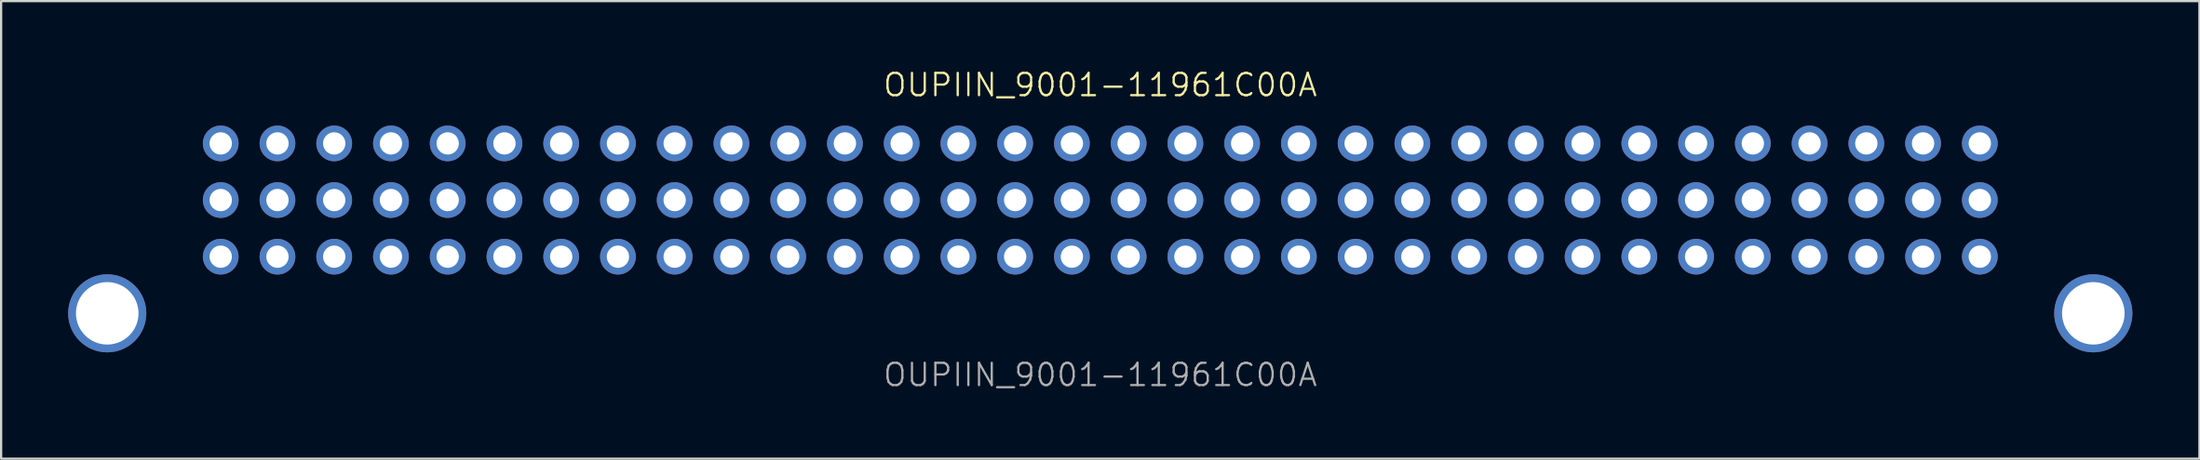
<source format=kicad_pcb>
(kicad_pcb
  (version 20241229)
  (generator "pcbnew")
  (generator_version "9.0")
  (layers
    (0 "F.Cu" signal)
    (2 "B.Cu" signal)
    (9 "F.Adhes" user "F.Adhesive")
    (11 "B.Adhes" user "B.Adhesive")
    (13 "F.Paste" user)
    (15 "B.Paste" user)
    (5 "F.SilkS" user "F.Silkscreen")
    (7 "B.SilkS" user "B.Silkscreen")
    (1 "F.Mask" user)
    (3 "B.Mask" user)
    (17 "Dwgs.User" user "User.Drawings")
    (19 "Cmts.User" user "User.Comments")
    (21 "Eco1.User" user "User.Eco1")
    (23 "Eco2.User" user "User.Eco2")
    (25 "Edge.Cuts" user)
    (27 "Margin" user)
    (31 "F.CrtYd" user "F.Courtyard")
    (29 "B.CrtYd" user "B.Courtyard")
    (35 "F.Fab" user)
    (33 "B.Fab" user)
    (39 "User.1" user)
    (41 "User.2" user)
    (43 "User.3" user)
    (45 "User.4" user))
  (footprint "OUPIIN_9001-11961C00A"
    (layer "F.Cu")
    (at 46.2 13.761)
    (property "Reference" "OUPIIN_9001-11961C00A" (at 0 -13 0) (unlocked yes) (layer "F.SilkS") (effects (font (size 1 1) (thickness 0.1))))
    (attr through_hole)
    (fp_text user "${REFERENCE}" (at 0 0 0) (unlocked yes) (layer "F.Fab") (effects (font (size 1 1) (thickness 0.1))))
    (pad "1" thru_hole circle (at 39.37 -10.38) (size 1.6 1.6) (drill 1) (layers "*.Cu" "*.Mask") (remove_unused_layers yes) (keep_end_layers yes) (zone_layer_connections))
    (pad "1" thru_hole circle (at 39.37 -7.84) (size 1.6 1.6) (drill 1) (layers "*.Cu" "*.Mask") (remove_unused_layers yes) (keep_end_layers yes) (zone_layer_connections))
    (pad "1" thru_hole circle (at 39.37 -5.3) (size 1.6 1.6) (drill 1) (layers "*.Cu" "*.Mask") (remove_unused_layers yes) (keep_end_layers yes) (zone_layer_connections))
    (pad "2" thru_hole circle (at 36.83 -10.38) (size 1.6 1.6) (drill 1) (layers "*.Cu" "*.Mask") (remove_unused_layers yes) (keep_end_layers yes) (zone_layer_connections))
    (pad "2" thru_hole circle (at 36.83 -7.84) (size 1.6 1.6) (drill 1) (layers "*.Cu" "*.Mask") (remove_unused_layers yes) (keep_end_layers yes) (zone_layer_connections))
    (pad "2" thru_hole circle (at 36.83 -5.3) (size 1.6 1.6) (drill 1) (layers "*.Cu" "*.Mask") (remove_unused_layers yes) (keep_end_layers yes) (zone_layer_connections))
    (pad "3" thru_hole circle (at 34.29 -10.38) (size 1.6 1.6) (drill 1) (layers "*.Cu" "*.Mask") (remove_unused_layers yes) (keep_end_layers yes) (zone_layer_connections))
    (pad "3" thru_hole circle (at 34.29 -7.84) (size 1.6 1.6) (drill 1) (layers "*.Cu" "*.Mask") (remove_unused_layers yes) (keep_end_layers yes) (zone_layer_connections))
    (pad "3" thru_hole circle (at 34.29 -5.3) (size 1.6 1.6) (drill 1) (layers "*.Cu" "*.Mask") (remove_unused_layers yes) (keep_end_layers yes) (zone_layer_connections))
    (pad "4" thru_hole circle (at 31.75 -10.38) (size 1.6 1.6) (drill 1) (layers "*.Cu" "*.Mask") (remove_unused_layers yes) (keep_end_layers yes) (zone_layer_connections))
    (pad "4" thru_hole circle (at 31.75 -7.84) (size 1.6 1.6) (drill 1) (layers "*.Cu" "*.Mask") (remove_unused_layers yes) (keep_end_layers yes) (zone_layer_connections))
    (pad "4" thru_hole circle (at 31.75 -5.3) (size 1.6 1.6) (drill 1) (layers "*.Cu" "*.Mask") (remove_unused_layers yes) (keep_end_layers yes) (zone_layer_connections))
    (pad "5" thru_hole circle (at 29.21 -10.38) (size 1.6 1.6) (drill 1) (layers "*.Cu" "*.Mask") (remove_unused_layers yes) (keep_end_layers yes) (zone_layer_connections))
    (pad "5" thru_hole circle (at 29.21 -7.84) (size 1.6 1.6) (drill 1) (layers "*.Cu" "*.Mask") (remove_unused_layers yes) (keep_end_layers yes) (zone_layer_connections))
    (pad "5" thru_hole circle (at 29.21 -5.3) (size 1.6 1.6) (drill 1) (layers "*.Cu" "*.Mask") (remove_unused_layers yes) (keep_end_layers yes) (zone_layer_connections))
    (pad "6" thru_hole circle (at 26.67 -10.38) (size 1.6 1.6) (drill 1) (layers "*.Cu" "*.Mask") (remove_unused_layers yes) (keep_end_layers yes) (zone_layer_connections))
    (pad "6" thru_hole circle (at 26.67 -7.84) (size 1.6 1.6) (drill 1) (layers "*.Cu" "*.Mask") (remove_unused_layers yes) (keep_end_layers yes) (zone_layer_connections))
    (pad "6" thru_hole circle (at 26.67 -5.3) (size 1.6 1.6) (drill 1) (layers "*.Cu" "*.Mask") (remove_unused_layers yes) (keep_end_layers yes) (zone_layer_connections))
    (pad "7" thru_hole circle (at 24.13 -10.38) (size 1.6 1.6) (drill 1) (layers "*.Cu" "*.Mask") (remove_unused_layers yes) (keep_end_layers yes) (zone_layer_connections))
    (pad "7" thru_hole circle (at 24.13 -7.84) (size 1.6 1.6) (drill 1) (layers "*.Cu" "*.Mask") (remove_unused_layers yes) (keep_end_layers yes) (zone_layer_connections))
    (pad "7" thru_hole circle (at 24.13 -5.3) (size 1.6 1.6) (drill 1) (layers "*.Cu" "*.Mask") (remove_unused_layers yes) (keep_end_layers yes) (zone_layer_connections))
    (pad "8" thru_hole circle (at 21.59 -10.38) (size 1.6 1.6) (drill 1) (layers "*.Cu" "*.Mask") (remove_unused_layers yes) (keep_end_layers yes) (zone_layer_connections))
    (pad "8" thru_hole circle (at 21.59 -7.84) (size 1.6 1.6) (drill 1) (layers "*.Cu" "*.Mask") (remove_unused_layers yes) (keep_end_layers yes) (zone_layer_connections))
    (pad "8" thru_hole circle (at 21.59 -5.3) (size 1.6 1.6) (drill 1) (layers "*.Cu" "*.Mask") (remove_unused_layers yes) (keep_end_layers yes) (zone_layer_connections))
    (pad "9" thru_hole circle (at 19.05 -10.38) (size 1.6 1.6) (drill 1) (layers "*.Cu" "*.Mask") (remove_unused_layers yes) (keep_end_layers yes) (zone_layer_connections))
    (pad "9" thru_hole circle (at 19.05 -7.84) (size 1.6 1.6) (drill 1) (layers "*.Cu" "*.Mask") (remove_unused_layers yes) (keep_end_layers yes) (zone_layer_connections))
    (pad "9" thru_hole circle (at 19.05 -5.3) (size 1.6 1.6) (drill 1) (layers "*.Cu" "*.Mask") (remove_unused_layers yes) (keep_end_layers yes) (zone_layer_connections))
    (pad "10" thru_hole circle (at 16.51 -10.38) (size 1.6 1.6) (drill 1) (layers "*.Cu" "*.Mask") (remove_unused_layers yes) (keep_end_layers yes) (zone_layer_connections))
    (pad "10" thru_hole circle (at 16.51 -7.84) (size 1.6 1.6) (drill 1) (layers "*.Cu" "*.Mask") (remove_unused_layers yes) (keep_end_layers yes) (zone_layer_connections))
    (pad "10" thru_hole circle (at 16.51 -5.3) (size 1.6 1.6) (drill 1) (layers "*.Cu" "*.Mask") (remove_unused_layers yes) (keep_end_layers yes) (zone_layer_connections))
    (pad "11" thru_hole circle (at 13.97 -10.38) (size 1.6 1.6) (drill 1) (layers "*.Cu" "*.Mask") (remove_unused_layers yes) (keep_end_layers yes) (zone_layer_connections))
    (pad "11" thru_hole circle (at 13.97 -7.84) (size 1.6 1.6) (drill 1) (layers "*.Cu" "*.Mask") (remove_unused_layers yes) (keep_end_layers yes) (zone_layer_connections))
    (pad "11" thru_hole circle (at 13.97 -5.3) (size 1.6 1.6) (drill 1) (layers "*.Cu" "*.Mask") (remove_unused_layers yes) (keep_end_layers yes) (zone_layer_connections))
    (pad "12" thru_hole circle (at 11.43 -10.38) (size 1.6 1.6) (drill 1) (layers "*.Cu" "*.Mask") (remove_unused_layers yes) (keep_end_layers yes) (zone_layer_connections))
    (pad "12" thru_hole circle (at 11.43 -7.84) (size 1.6 1.6) (drill 1) (layers "*.Cu" "*.Mask") (remove_unused_layers yes) (keep_end_layers yes) (zone_layer_connections))
    (pad "12" thru_hole circle (at 11.43 -5.3) (size 1.6 1.6) (drill 1) (layers "*.Cu" "*.Mask") (remove_unused_layers yes) (keep_end_layers yes) (zone_layer_connections))
    (pad "13" thru_hole circle (at 8.89 -10.38) (size 1.6 1.6) (drill 1) (layers "*.Cu" "*.Mask") (remove_unused_layers yes) (keep_end_layers yes) (zone_layer_connections))
    (pad "13" thru_hole circle (at 8.89 -7.84) (size 1.6 1.6) (drill 1) (layers "*.Cu" "*.Mask") (remove_unused_layers yes) (keep_end_layers yes) (zone_layer_connections))
    (pad "13" thru_hole circle (at 8.89 -5.3) (size 1.6 1.6) (drill 1) (layers "*.Cu" "*.Mask") (remove_unused_layers yes) (keep_end_layers yes) (zone_layer_connections))
    (pad "14" thru_hole circle (at 6.35 -10.38) (size 1.6 1.6) (drill 1) (layers "*.Cu" "*.Mask") (remove_unused_layers yes) (keep_end_layers yes) (zone_layer_connections))
    (pad "14" thru_hole circle (at 6.35 -7.84) (size 1.6 1.6) (drill 1) (layers "*.Cu" "*.Mask") (remove_unused_layers yes) (keep_end_layers yes) (zone_layer_connections))
    (pad "14" thru_hole circle (at 6.35 -5.3) (size 1.6 1.6) (drill 1) (layers "*.Cu" "*.Mask") (remove_unused_layers yes) (keep_end_layers yes) (zone_layer_connections))
    (pad "15" thru_hole circle (at 3.81 -10.38) (size 1.6 1.6) (drill 1) (layers "*.Cu" "*.Mask") (remove_unused_layers yes) (keep_end_layers yes) (zone_layer_connections))
    (pad "15" thru_hole circle (at 3.81 -7.84) (size 1.6 1.6) (drill 1) (layers "*.Cu" "*.Mask") (remove_unused_layers yes) (keep_end_layers yes) (zone_layer_connections))
    (pad "15" thru_hole circle (at 3.81 -5.3) (size 1.6 1.6) (drill 1) (layers "*.Cu" "*.Mask") (remove_unused_layers yes) (keep_end_layers yes) (zone_layer_connections))
    (pad "16" thru_hole circle (at 1.27 -10.38) (size 1.6 1.6) (drill 1) (layers "*.Cu" "*.Mask") (remove_unused_layers yes) (keep_end_layers yes) (zone_layer_connections))
    (pad "16" thru_hole circle (at 1.27 -7.84) (size 1.6 1.6) (drill 1) (layers "*.Cu" "*.Mask") (remove_unused_layers yes) (keep_end_layers yes) (zone_layer_connections))
    (pad "16" thru_hole circle (at 1.27 -5.3) (size 1.6 1.6) (drill 1) (layers "*.Cu" "*.Mask") (remove_unused_layers yes) (keep_end_layers yes) (zone_layer_connections))
    (pad "17" thru_hole circle (at -1.27 -10.38) (size 1.6 1.6) (drill 1) (layers "*.Cu" "*.Mask") (remove_unused_layers yes) (keep_end_layers yes) (zone_layer_connections))
    (pad "17" thru_hole circle (at -1.27 -7.84) (size 1.6 1.6) (drill 1) (layers "*.Cu" "*.Mask") (remove_unused_layers yes) (keep_end_layers yes) (zone_layer_connections))
    (pad "17" thru_hole circle (at -1.27 -5.3) (size 1.6 1.6) (drill 1) (layers "*.Cu" "*.Mask") (remove_unused_layers yes) (keep_end_layers yes) (zone_layer_connections))
    (pad "18" thru_hole circle (at -3.81 -10.38) (size 1.6 1.6) (drill 1) (layers "*.Cu" "*.Mask") (remove_unused_layers yes) (keep_end_layers yes) (zone_layer_connections))
    (pad "18" thru_hole circle (at -3.81 -7.84) (size 1.6 1.6) (drill 1) (layers "*.Cu" "*.Mask") (remove_unused_layers yes) (keep_end_layers yes) (zone_layer_connections))
    (pad "18" thru_hole circle (at -3.81 -5.3) (size 1.6 1.6) (drill 1) (layers "*.Cu" "*.Mask") (remove_unused_layers yes) (keep_end_layers yes) (zone_layer_connections))
    (pad "19" thru_hole circle (at -6.35 -10.38) (size 1.6 1.6) (drill 1) (layers "*.Cu" "*.Mask") (remove_unused_layers yes) (keep_end_layers yes) (zone_layer_connections))
    (pad "19" thru_hole circle (at -6.35 -7.84) (size 1.6 1.6) (drill 1) (layers "*.Cu" "*.Mask") (remove_unused_layers yes) (keep_end_layers yes) (zone_layer_connections))
    (pad "19" thru_hole circle (at -6.35 -5.3) (size 1.6 1.6) (drill 1) (layers "*.Cu" "*.Mask") (remove_unused_layers yes) (keep_end_layers yes) (zone_layer_connections))
    (pad "20" thru_hole circle (at -8.89 -10.38) (size 1.6 1.6) (drill 1) (layers "*.Cu" "*.Mask") (remove_unused_layers yes) (keep_end_layers yes) (zone_layer_connections))
    (pad "20" thru_hole circle (at -8.89 -7.84) (size 1.6 1.6) (drill 1) (layers "*.Cu" "*.Mask") (remove_unused_layers yes) (keep_end_layers yes) (zone_layer_connections))
    (pad "20" thru_hole circle (at -8.89 -5.3) (size 1.6 1.6) (drill 1) (layers "*.Cu" "*.Mask") (remove_unused_layers yes) (keep_end_layers yes) (zone_layer_connections))
    (pad "21" thru_hole circle (at -11.43 -10.38) (size 1.6 1.6) (drill 1) (layers "*.Cu" "*.Mask") (remove_unused_layers yes) (keep_end_layers yes) (zone_layer_connections))
    (pad "21" thru_hole circle (at -11.43 -7.84) (size 1.6 1.6) (drill 1) (layers "*.Cu" "*.Mask") (remove_unused_layers yes) (keep_end_layers yes) (zone_layer_connections))
    (pad "21" thru_hole circle (at -11.43 -5.3) (size 1.6 1.6) (drill 1) (layers "*.Cu" "*.Mask") (remove_unused_layers yes) (keep_end_layers yes) (zone_layer_connections))
    (pad "22" thru_hole circle (at -13.97 -10.38) (size 1.6 1.6) (drill 1) (layers "*.Cu" "*.Mask") (remove_unused_layers yes) (keep_end_layers yes) (zone_layer_connections))
    (pad "22" thru_hole circle (at -13.97 -7.84) (size 1.6 1.6) (drill 1) (layers "*.Cu" "*.Mask") (remove_unused_layers yes) (keep_end_layers yes) (zone_layer_connections))
    (pad "22" thru_hole circle (at -13.97 -5.3) (size 1.6 1.6) (drill 1) (layers "*.Cu" "*.Mask") (remove_unused_layers yes) (keep_end_layers yes) (zone_layer_connections))
    (pad "23" thru_hole circle (at -16.51 -10.38) (size 1.6 1.6) (drill 1) (layers "*.Cu" "*.Mask") (remove_unused_layers yes) (keep_end_layers yes) (zone_layer_connections))
    (pad "23" thru_hole circle (at -16.51 -7.84) (size 1.6 1.6) (drill 1) (layers "*.Cu" "*.Mask") (remove_unused_layers yes) (keep_end_layers yes) (zone_layer_connections))
    (pad "23" thru_hole circle (at -16.51 -5.3) (size 1.6 1.6) (drill 1) (layers "*.Cu" "*.Mask") (remove_unused_layers yes) (keep_end_layers yes) (zone_layer_connections))
    (pad "24" thru_hole circle (at -19.05 -10.38) (size 1.6 1.6) (drill 1) (layers "*.Cu" "*.Mask") (remove_unused_layers yes) (keep_end_layers yes) (zone_layer_connections))
    (pad "24" thru_hole circle (at -19.05 -7.84) (size 1.6 1.6) (drill 1) (layers "*.Cu" "*.Mask") (remove_unused_layers yes) (keep_end_layers yes) (zone_layer_connections))
    (pad "24" thru_hole circle (at -19.05 -5.3) (size 1.6 1.6) (drill 1) (layers "*.Cu" "*.Mask") (remove_unused_layers yes) (keep_end_layers yes) (zone_layer_connections))
    (pad "25" thru_hole circle (at -21.59 -10.38) (size 1.6 1.6) (drill 1) (layers "*.Cu" "*.Mask") (remove_unused_layers yes) (keep_end_layers yes) (zone_layer_connections))
    (pad "25" thru_hole circle (at -21.59 -7.84) (size 1.6 1.6) (drill 1) (layers "*.Cu" "*.Mask") (remove_unused_layers yes) (keep_end_layers yes) (zone_layer_connections))
    (pad "25" thru_hole circle (at -21.59 -5.3) (size 1.6 1.6) (drill 1) (layers "*.Cu" "*.Mask") (remove_unused_layers yes) (keep_end_layers yes) (zone_layer_connections))
    (pad "26" thru_hole circle (at -24.13 -10.38) (size 1.6 1.6) (drill 1) (layers "*.Cu" "*.Mask") (remove_unused_layers yes) (keep_end_layers yes) (zone_layer_connections))
    (pad "26" thru_hole circle (at -24.13 -7.84) (size 1.6 1.6) (drill 1) (layers "*.Cu" "*.Mask") (remove_unused_layers yes) (keep_end_layers yes) (zone_layer_connections))
    (pad "26" thru_hole circle (at -24.13 -5.3) (size 1.6 1.6) (drill 1) (layers "*.Cu" "*.Mask") (remove_unused_layers yes) (keep_end_layers yes) (zone_layer_connections))
    (pad "27" thru_hole circle (at -26.67 -10.38) (size 1.6 1.6) (drill 1) (layers "*.Cu" "*.Mask") (remove_unused_layers yes) (keep_end_layers yes) (zone_layer_connections))
    (pad "27" thru_hole circle (at -26.67 -7.84) (size 1.6 1.6) (drill 1) (layers "*.Cu" "*.Mask") (remove_unused_layers yes) (keep_end_layers yes) (zone_layer_connections))
    (pad "27" thru_hole circle (at -26.67 -5.3) (size 1.6 1.6) (drill 1) (layers "*.Cu" "*.Mask") (remove_unused_layers yes) (keep_end_layers yes) (zone_layer_connections))
    (pad "28" thru_hole circle (at -29.21 -10.38) (size 1.6 1.6) (drill 1) (layers "*.Cu" "*.Mask") (remove_unused_layers yes) (keep_end_layers yes) (zone_layer_connections))
    (pad "28" thru_hole circle (at -29.21 -7.84) (size 1.6 1.6) (drill 1) (layers "*.Cu" "*.Mask") (remove_unused_layers yes) (keep_end_layers yes) (zone_layer_connections))
    (pad "28" thru_hole circle (at -29.21 -5.3) (size 1.6 1.6) (drill 1) (layers "*.Cu" "*.Mask") (remove_unused_layers yes) (keep_end_layers yes) (zone_layer_connections))
    (pad "29" thru_hole circle (at -31.75 -10.38) (size 1.6 1.6) (drill 1) (layers "*.Cu" "*.Mask") (remove_unused_layers yes) (keep_end_layers yes) (zone_layer_connections))
    (pad "29" thru_hole circle (at -31.75 -7.84) (size 1.6 1.6) (drill 1) (layers "*.Cu" "*.Mask") (remove_unused_layers yes) (keep_end_layers yes) (zone_layer_connections))
    (pad "29" thru_hole circle (at -31.75 -5.3) (size 1.6 1.6) (drill 1) (layers "*.Cu" "*.Mask") (remove_unused_layers yes) (keep_end_layers yes) (zone_layer_connections))
    (pad "30" thru_hole circle (at -34.29 -10.38) (size 1.6 1.6) (drill 1) (layers "*.Cu" "*.Mask") (remove_unused_layers yes) (keep_end_layers yes) (zone_layer_connections))
    (pad "30" thru_hole circle (at -34.29 -7.84) (size 1.6 1.6) (drill 1) (layers "*.Cu" "*.Mask") (remove_unused_layers yes) (keep_end_layers yes) (zone_layer_connections))
    (pad "30" thru_hole circle (at -34.29 -5.3) (size 1.6 1.6) (drill 1) (layers "*.Cu" "*.Mask") (remove_unused_layers yes) (keep_end_layers yes) (zone_layer_connections))
    (pad "31" thru_hole circle (at -36.83 -10.38) (size 1.6 1.6) (drill 1) (layers "*.Cu" "*.Mask") (remove_unused_layers yes) (keep_end_layers yes) (zone_layer_connections))
    (pad "31" thru_hole circle (at -36.83 -7.84) (size 1.6 1.6) (drill 1) (layers "*.Cu" "*.Mask") (remove_unused_layers yes) (keep_end_layers yes) (zone_layer_connections))
    (pad "31" thru_hole circle (at -36.83 -5.3) (size 1.6 1.6) (drill 1) (layers "*.Cu" "*.Mask") (remove_unused_layers yes) (keep_end_layers yes) (zone_layer_connections))
    (pad "32" thru_hole circle (at -39.37 -10.38) (size 1.6 1.6) (drill 1) (layers "*.Cu" "*.Mask") (remove_unused_layers yes) (keep_end_layers yes) (zone_layer_connections))
    (pad "32" thru_hole circle (at -39.37 -7.84) (size 1.6 1.6) (drill 1) (layers "*.Cu" "*.Mask") (remove_unused_layers yes) (keep_end_layers yes) (zone_layer_connections))
    (pad "32" thru_hole circle (at -39.37 -5.3) (size 1.6 1.6) (drill 1) (layers "*.Cu" "*.Mask") (remove_unused_layers yes) (keep_end_layers yes) (zone_layer_connections))
    (pad "MP" thru_hole circle (at -44.45 -2.76) (size 3.5 3.5) (drill 2.8) (layers "*.Cu" "*.Mask") (remove_unused_layers yes) (keep_end_layers yes) (zone_layer_connections))
    (pad "MP" thru_hole circle (at 44.45 -2.76) (size 3.5 3.5) (drill 2.8) (layers "*.Cu" "*.Mask") (remove_unused_layers yes) (keep_end_layers yes) (zone_layer_connections)))
  (gr_rect
    (start -3 -3)
    (end 95.4 17.521)
    (stroke (width 0.1) (type default))
    (fill no)
    (layer "Edge.Cuts")))
</source>
